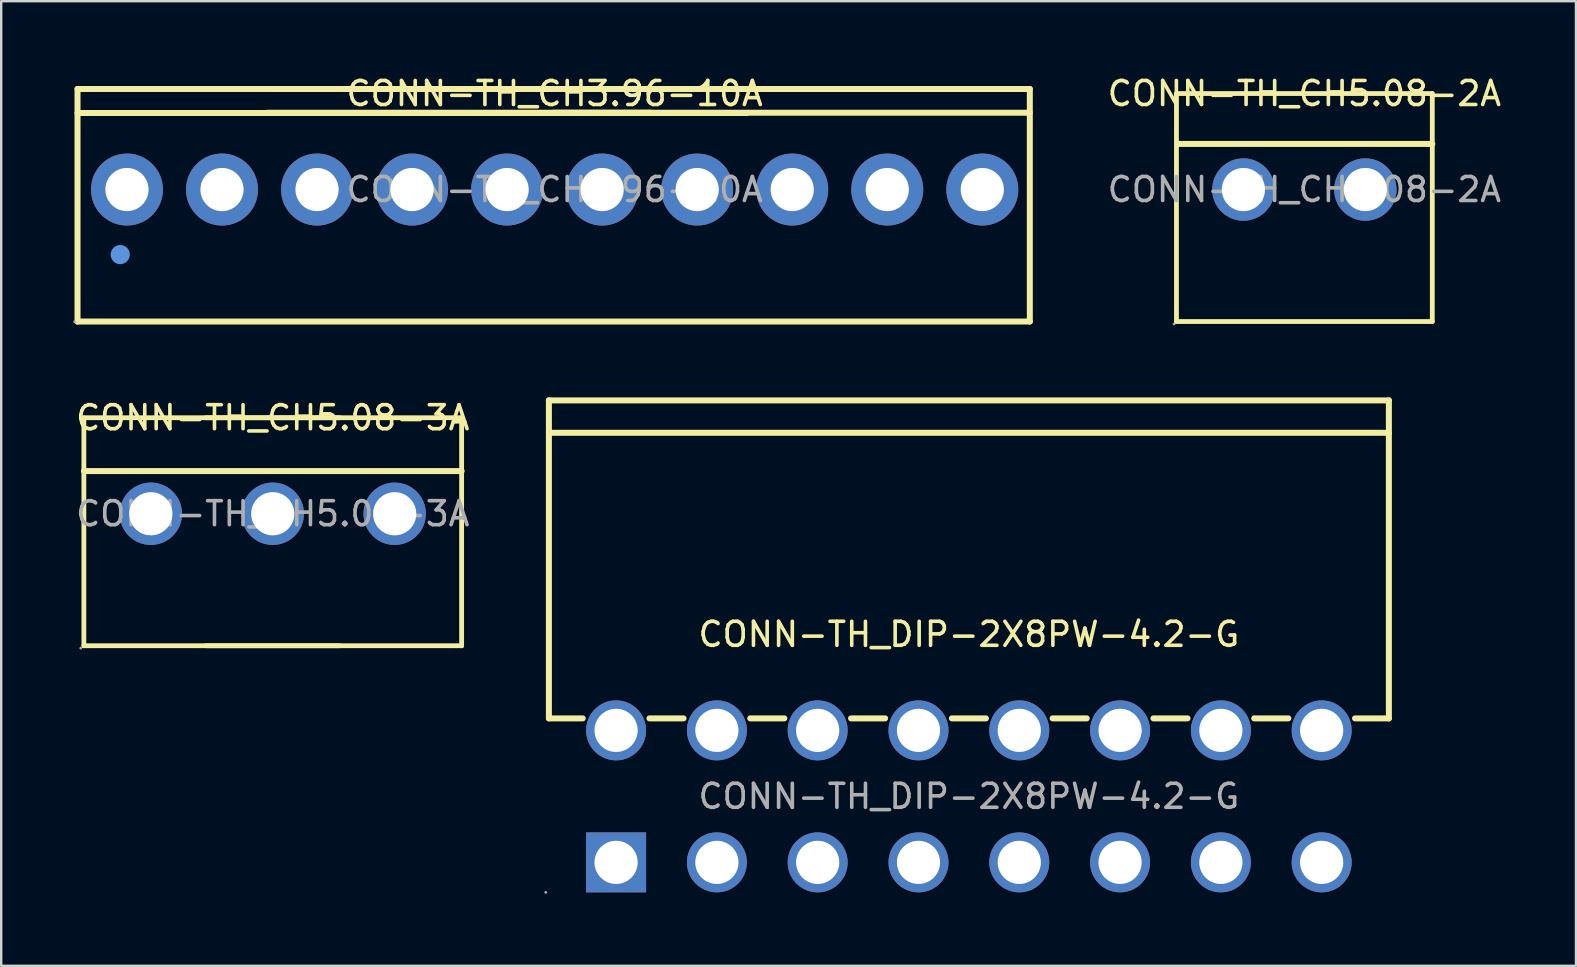
<source format=kicad_pcb>
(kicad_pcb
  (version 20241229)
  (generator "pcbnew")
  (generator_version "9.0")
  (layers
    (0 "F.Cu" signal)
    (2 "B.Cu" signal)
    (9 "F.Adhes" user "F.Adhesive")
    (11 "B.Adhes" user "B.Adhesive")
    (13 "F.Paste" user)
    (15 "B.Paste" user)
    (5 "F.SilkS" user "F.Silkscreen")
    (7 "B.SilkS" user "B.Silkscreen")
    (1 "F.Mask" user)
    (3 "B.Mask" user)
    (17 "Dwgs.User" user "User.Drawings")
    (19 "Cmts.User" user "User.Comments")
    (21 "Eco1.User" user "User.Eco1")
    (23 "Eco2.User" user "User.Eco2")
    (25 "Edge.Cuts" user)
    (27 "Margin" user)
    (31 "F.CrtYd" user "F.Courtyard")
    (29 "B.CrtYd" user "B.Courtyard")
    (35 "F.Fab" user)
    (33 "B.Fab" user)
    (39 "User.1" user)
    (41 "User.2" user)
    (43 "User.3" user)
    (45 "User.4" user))
  (footprint "CONN-TH_CH3.96-10A"
    (layer "F.Cu")
    (at 20.06 4.848)
    (property "Reference" "CONN-TH_CH3.96-10A" (at 0 -4 0) (layer "F.SilkS") (effects (font (size 1 1) (thickness 0.15))))
    (attr through_hole)
    (fp_line (start -19.88 -4.19) (end -19.88 5.5) (stroke (width 0.25) (type solid)) (layer "F.SilkS"))
    (fp_line (start -19.88 -4.19) (end 19.8 -4.19) (stroke (width 0.25) (type solid)) (layer "F.SilkS"))
    (fp_line (start -19.88 -3.19) (end -3.88 -3.19) (stroke (width 0.25) (type solid)) (layer "F.SilkS"))
    (fp_line (start -19.88 5.5) (end 19.8 5.5) (stroke (width 0.25) (type solid)) (layer "F.SilkS"))
    (fp_line (start -11.96 -3.2) (end 4.04 -3.2) (stroke (width 0.25) (type solid)) (layer "F.SilkS"))
    (fp_line (start -7.99 -3.19) (end 8.01 -3.19) (stroke (width 0.25) (type solid)) (layer "F.SilkS"))
    (fp_line (start -0.07 -3.2) (end 19.8 -3.2) (stroke (width 0.25) (type solid)) (layer "F.SilkS"))
    (fp_line (start 19.8 -4.19) (end 19.8 5.5) (stroke (width 0.25) (type solid)) (layer "F.SilkS"))
    (fp_circle (center -18.1 2.71) (end -17.9 2.71) (stroke (width 0.4) (type solid)) (fill no) (layer "Cmts.User"))
    (fp_circle (center -20 5.51) (end -19.97 5.51) (stroke (width 0.06) (type solid)) (fill no) (layer "F.Fab"))
    (fp_text user "${REFERENCE}" (at 0 0 0) (layer "F.Fab") (effects (font (size 1 1) (thickness 0.15))))
    (pad "1" thru_hole circle (at -17.82 0) (size 3 3) (drill 1.8) (layers "*.Cu" "*.Paste" "*.Mask"))
    (pad "2" thru_hole circle (at -13.86 0) (size 3 3) (drill 1.8) (layers "*.Cu" "*.Paste" "*.Mask"))
    (pad "3" thru_hole circle (at -9.9 0) (size 3 3) (drill 1.8) (layers "*.Cu" "*.Paste" "*.Mask"))
    (pad "4" thru_hole circle (at -5.94 0) (size 3 3) (drill 1.8) (layers "*.Cu" "*.Paste" "*.Mask"))
    (pad "5" thru_hole circle (at -1.98 0) (size 3 3) (drill 1.8) (layers "*.Cu" "*.Paste" "*.Mask"))
    (pad "6" thru_hole circle (at 1.98 0) (size 3 3) (drill 1.8) (layers "*.Cu" "*.Paste" "*.Mask"))
    (pad "7" thru_hole circle (at 5.94 0) (size 3 3) (drill 1.8) (layers "*.Cu" "*.Paste" "*.Mask"))
    (pad "8" thru_hole circle (at 9.9 0) (size 3 3) (drill 1.8) (layers "*.Cu" "*.Paste" "*.Mask"))
    (pad "9" thru_hole circle (at 13.86 0) (size 3 3) (drill 1.8) (layers "*.Cu" "*.Paste" "*.Mask"))
    (pad "10" thru_hole circle (at 17.82 0) (size 3 3) (drill 1.8) (layers "*.Cu" "*.Paste" "*.Mask")))
  (footprint "CONN-TH_DIP-2X8PW-4.2-G"
    (layer "F.Cu")
    (at 37.321 30.133)
    (property "Reference" "CONN-TH_DIP-2X8PW-4.2-G" (at 0 -6.75 0) (layer "F.SilkS") (effects (font (size 1 1) (thickness 0.15))))
    (attr through_hole)
    (fp_line (start -17.5 -16.5) (end -17.5 -3.25) (stroke (width 0.25) (type solid)) (layer "F.SilkS"))
    (fp_line (start -17.5 -3.25) (end -16.09 -3.25) (stroke (width 0.25) (type solid)) (layer "F.SilkS"))
    (fp_line (start -13.31 -3.25) (end -11.89 -3.25) (stroke (width 0.25) (type solid)) (layer "F.SilkS"))
    (fp_line (start -9.11 -3.25) (end -7.69 -3.25) (stroke (width 0.25) (type solid)) (layer "F.SilkS"))
    (fp_line (start -4.91 -3.25) (end -3.49 -3.25) (stroke (width 0.25) (type solid)) (layer "F.SilkS"))
    (fp_line (start -0.71 -3.25) (end 0.71 -3.25) (stroke (width 0.25) (type solid)) (layer "F.SilkS"))
    (fp_line (start 3.49 -3.25) (end 4.91 -3.25) (stroke (width 0.25) (type solid)) (layer "F.SilkS"))
    (fp_line (start 7.69 -3.25) (end 9.11 -3.25) (stroke (width 0.25) (type solid)) (layer "F.SilkS"))
    (fp_line (start 11.89 -3.25) (end 13.31 -3.25) (stroke (width 0.25) (type solid)) (layer "F.SilkS"))
    (fp_line (start 16.09 -3.25) (end 17.5 -3.25) (stroke (width 0.25) (type solid)) (layer "F.SilkS"))
    (fp_line (start 17.5 -16.5) (end -17.5 -16.5) (stroke (width 0.25) (type solid)) (layer "F.SilkS"))
    (fp_line (start 17.5 -15.15) (end -17.5 -15.15) (stroke (width 0.25) (type solid)) (layer "F.SilkS"))
    (fp_line (start 17.5 -3.25) (end 17.5 -16.5) (stroke (width 0.25) (type solid)) (layer "F.SilkS"))
    (fp_circle (center -17.63 4) (end -17.6 4) (stroke (width 0.06) (type solid)) (fill no) (layer "F.Fab"))
    (fp_circle (center -14.7 -2.75) (end -14.3 -2.75) (stroke (width 0.8) (type solid)) (fill no) (layer "F.Fab"))
    (fp_circle (center -14.7 2.75) (end -14.3 2.75) (stroke (width 0.8) (type solid)) (fill no) (layer "F.Fab"))
    (fp_circle (center -10.5 -2.75) (end -10.1 -2.75) (stroke (width 0.8) (type solid)) (fill no) (layer "F.Fab"))
    (fp_circle (center -10.5 2.75) (end -10.1 2.75) (stroke (width 0.8) (type solid)) (fill no) (layer "F.Fab"))
    (fp_circle (center -6.3 -2.75) (end -5.9 -2.75) (stroke (width 0.8) (type solid)) (fill no) (layer "F.Fab"))
    (fp_circle (center -6.3 2.75) (end -5.9 2.75) (stroke (width 0.8) (type solid)) (fill no) (layer "F.Fab"))
    (fp_circle (center -2.1 -2.75) (end -1.7 -2.75) (stroke (width 0.8) (type solid)) (fill no) (layer "F.Fab"))
    (fp_circle (center -2.1 2.75) (end -1.7 2.75) (stroke (width 0.8) (type solid)) (fill no) (layer "F.Fab"))
    (fp_circle (center 2.1 -2.75) (end 2.5 -2.75) (stroke (width 0.8) (type solid)) (fill no) (layer "F.Fab"))
    (fp_circle (center 2.1 2.75) (end 2.5 2.75) (stroke (width 0.8) (type solid)) (fill no) (layer "F.Fab"))
    (fp_circle (center 6.3 -2.75) (end 6.7 -2.75) (stroke (width 0.8) (type solid)) (fill no) (layer "F.Fab"))
    (fp_circle (center 6.3 2.75) (end 6.7 2.75) (stroke (width 0.8) (type solid)) (fill no) (layer "F.Fab"))
    (fp_circle (center 10.5 -2.75) (end 10.9 -2.75) (stroke (width 0.8) (type solid)) (fill no) (layer "F.Fab"))
    (fp_circle (center 10.5 2.75) (end 10.9 2.75) (stroke (width 0.8) (type solid)) (fill no) (layer "F.Fab"))
    (fp_circle (center 14.7 -2.75) (end 15.1 -2.75) (stroke (width 0.8) (type solid)) (fill no) (layer "F.Fab"))
    (fp_circle (center 14.7 2.75) (end 15.1 2.75) (stroke (width 0.8) (type solid)) (fill no) (layer "F.Fab"))
    (fp_text user "${REFERENCE}" (at 0 0 0) (layer "F.Fab") (effects (font (size 1 1) (thickness 0.15))))
    (pad "1" thru_hole rect (at -14.7 2.75) (size 2.5 2.5) (drill 1.8) (layers "*.Cu" "*.Paste" "*.Mask"))
    (pad "2" thru_hole circle (at -14.7 -2.75) (size 2.5 2.5) (drill 1.8) (layers "*.Cu" "*.Paste" "*.Mask"))
    (pad "3" thru_hole circle (at -10.5 2.75) (size 2.5 2.5) (drill 1.8) (layers "*.Cu" "*.Paste" "*.Mask"))
    (pad "4" thru_hole circle (at -10.5 -2.75) (size 2.5 2.5) (drill 1.8) (layers "*.Cu" "*.Paste" "*.Mask"))
    (pad "5" thru_hole circle (at -6.3 2.75) (size 2.5 2.5) (drill 1.8) (layers "*.Cu" "*.Paste" "*.Mask"))
    (pad "6" thru_hole circle (at -6.3 -2.75) (size 2.5 2.5) (drill 1.8) (layers "*.Cu" "*.Paste" "*.Mask"))
    (pad "7" thru_hole circle (at -2.1 2.75) (size 2.5 2.5) (drill 1.8) (layers "*.Cu" "*.Paste" "*.Mask"))
    (pad "8" thru_hole circle (at -2.1 -2.75) (size 2.5 2.5) (drill 1.8) (layers "*.Cu" "*.Paste" "*.Mask"))
    (pad "9" thru_hole circle (at 2.1 2.75) (size 2.5 2.5) (drill 1.8) (layers "*.Cu" "*.Paste" "*.Mask"))
    (pad "10" thru_hole circle (at 2.1 -2.75) (size 2.5 2.5) (drill 1.8) (layers "*.Cu" "*.Paste" "*.Mask"))
    (pad "11" thru_hole circle (at 6.3 2.75) (size 2.5 2.5) (drill 1.8) (layers "*.Cu" "*.Paste" "*.Mask"))
    (pad "12" thru_hole circle (at 6.3 -2.75) (size 2.5 2.5) (drill 1.8) (layers "*.Cu" "*.Paste" "*.Mask"))
    (pad "13" thru_hole circle (at 10.5 2.75) (size 2.5 2.5) (drill 1.8) (layers "*.Cu" "*.Paste" "*.Mask"))
    (pad "14" thru_hole circle (at 10.5 -2.75) (size 2.5 2.5) (drill 1.8) (layers "*.Cu" "*.Paste" "*.Mask"))
    (pad "15" thru_hole circle (at 14.7 2.75) (size 2.5 2.5) (drill 1.8) (layers "*.Cu" "*.Paste" "*.Mask"))
    (pad "16" thru_hole circle (at 14.7 -2.75) (size 2.5 2.5) (drill 1.8) (layers "*.Cu" "*.Paste" "*.Mask")))
  (footprint "CONN-TH_CH5.08-2A"
    (layer "F.Cu")
    (at 51.3 4.848)
    (property "Reference" "CONN-TH_CH5.08-2A" (at 0 -4 0) (layer "F.SilkS") (effects (font (size 1 1) (thickness 0.15))))
    (attr through_hole)
    (fp_line (start -5.33 -4) (end -5.33 5.5) (stroke (width 0.2) (type solid)) (layer "F.SilkS"))
    (fp_line (start -5.33 -4) (end 5.33 -4) (stroke (width 0.2) (type solid)) (layer "F.SilkS"))
    (fp_line (start -5.33 5.5) (end 5.33 5.5) (stroke (width 0.2) (type solid)) (layer "F.SilkS"))
    (fp_line (start -5.21 -1.9) (end 5.33 -1.9) (stroke (width 0.25) (type solid)) (layer "F.SilkS"))
    (fp_line (start 5.33 -4) (end 5.33 5.5) (stroke (width 0.2) (type solid)) (layer "F.SilkS"))
    (fp_circle (center -5.43 5.6) (end -5.4 5.6) (stroke (width 0.06) (type solid)) (fill no) (layer "F.Fab"))
    (fp_circle (center -2.54 0) (end -2.14 0) (stroke (width 0.8) (type solid)) (fill no) (layer "F.Fab"))
    (fp_circle (center 2.54 0) (end 2.94 0) (stroke (width 0.8) (type solid)) (fill no) (layer "F.Fab"))
    (fp_text user "${REFERENCE}" (at 0 0 0) (layer "F.Fab") (effects (font (size 1 1) (thickness 0.15))))
    (pad "1" thru_hole circle (at -2.54 0) (size 2.6 2.6) (drill 1.8) (layers "*.Cu" "*.Paste" "*.Mask"))
    (pad "2" thru_hole circle (at 2.54 0) (size 2.6 2.6) (drill 1.8) (layers "*.Cu" "*.Paste" "*.Mask")))
  (footprint "CONN-TH_CH5.08-3A"
    (layer "F.Cu")
    (at 8.315 18.357)
    (property "Reference" "CONN-TH_CH5.08-3A" (at 0 -4 0) (layer "F.SilkS") (effects (font (size 1 1) (thickness 0.15))))
    (attr through_hole)
    (fp_line (start -7.87 -4) (end -7.87 5.5) (stroke (width 0.2) (type solid)) (layer "F.SilkS"))
    (fp_line (start -7.87 -4) (end 2.79 -4) (stroke (width 0.2) (type solid)) (layer "F.SilkS"))
    (fp_line (start -7.87 -1.78) (end 7.87 -1.78) (stroke (width 0.25) (type solid)) (layer "F.SilkS"))
    (fp_line (start -7.87 5.5) (end 2.79 5.5) (stroke (width 0.2) (type solid)) (layer "F.SilkS"))
    (fp_line (start -2.79 -4) (end 7.87 -4) (stroke (width 0.2) (type solid)) (layer "F.SilkS"))
    (fp_line (start -2.79 5.5) (end 7.87 5.5) (stroke (width 0.2) (type solid)) (layer "F.SilkS"))
    (fp_line (start 7.87 -4) (end 7.87 5.5) (stroke (width 0.2) (type solid)) (layer "F.SilkS"))
    (fp_circle (center -8 5.6) (end -7.97 5.6) (stroke (width 0.06) (type solid)) (fill no) (layer "F.Fab"))
    (fp_circle (center -5.08 0) (end -4.68 0) (stroke (width 0.8) (type solid)) (fill no) (layer "F.Fab"))
    (fp_circle (center 0 0) (end 0.4 0) (stroke (width 0.8) (type solid)) (fill no) (layer "F.Fab"))
    (fp_circle (center 5.08 0) (end 5.48 0) (stroke (width 0.8) (type solid)) (fill no) (layer "F.Fab"))
    (fp_text user "${REFERENCE}" (at 0 0 0) (layer "F.Fab") (effects (font (size 1 1) (thickness 0.15))))
    (pad "1" thru_hole circle (at -5.08 0) (size 2.6 2.6) (drill 1.8) (layers "*.Cu" "*.Paste" "*.Mask"))
    (pad "2" thru_hole circle (at 0 0) (size 2.6 2.6) (drill 1.8) (layers "*.Cu" "*.Paste" "*.Mask"))
    (pad "3" thru_hole circle (at 5.08 0) (size 2.6 2.6) (drill 1.8) (layers "*.Cu" "*.Paste" "*.Mask")))
  (gr_rect
    (start -3 -3)
    (end 62.616 37.193)
    (stroke (width 0.1) (type default))
    (fill no)
    (layer "Edge.Cuts")))
</source>
